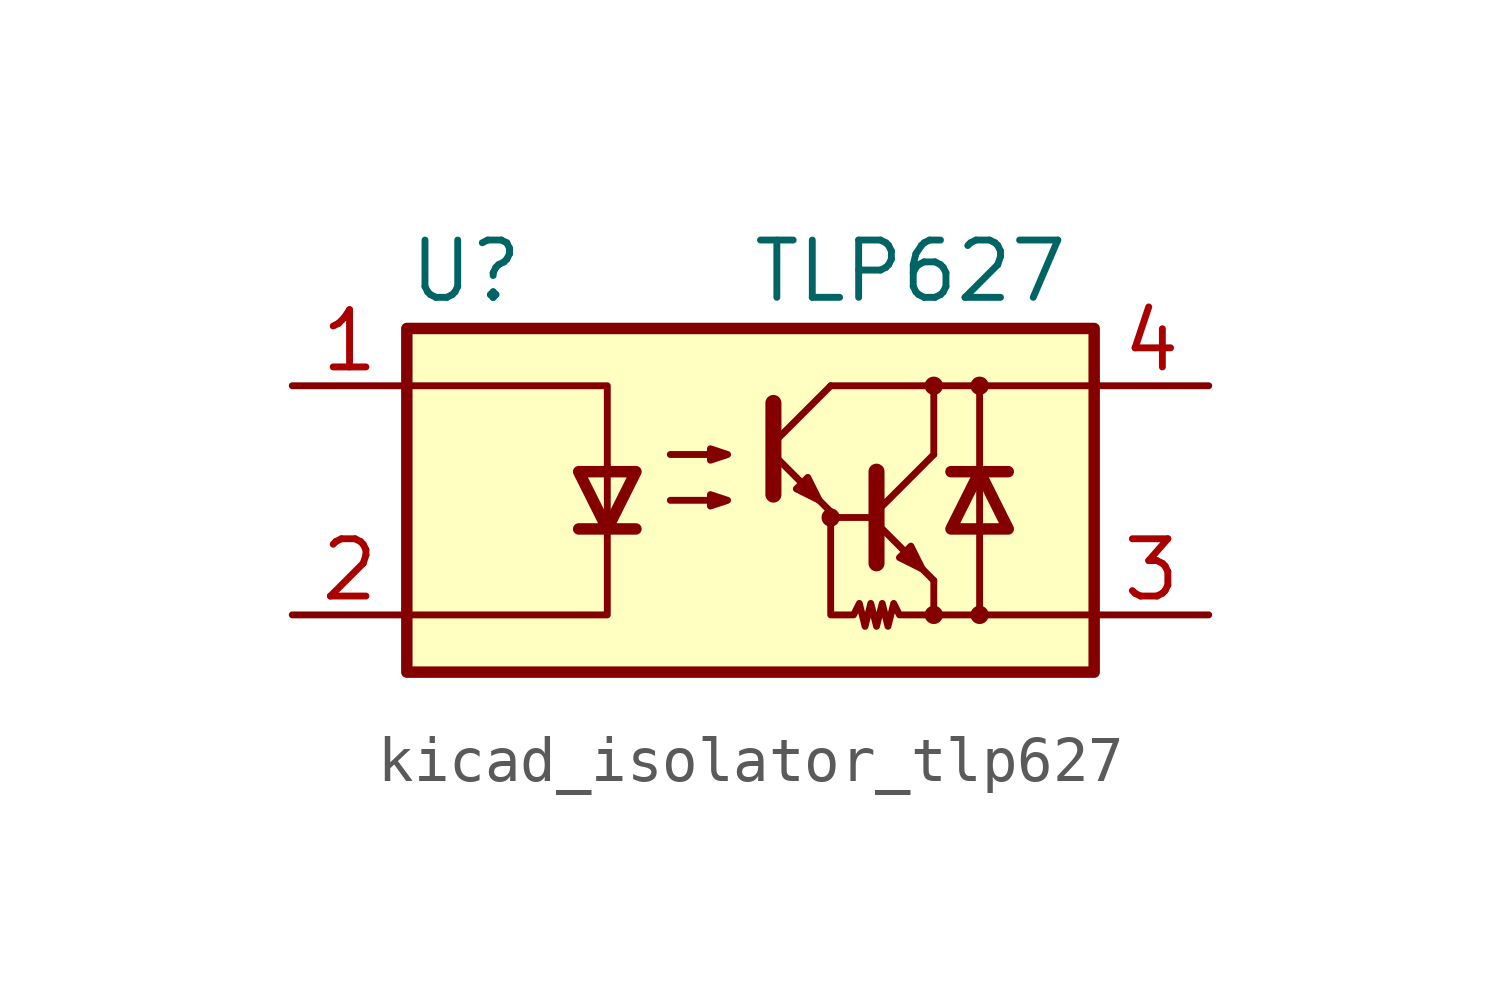
<source format=kicad_sym>
(kicad_symbol_lib
  (version 20220914)
  (generator kicad_symbol_editor)
  (symbol "kicad_isolator_tlp627"
    (pin_names
      (offset 1.016))
    (property "Reference" "U"
      (at -7.62 5.08 0)
      (effects (font (size 1.27 1.27)) (justify left)))
    (property "Value" "TLP627"
      (at 0 5.08 0)
      (effects (font (size 1.27 1.27)) (justify left)))
    (symbol "kicad_isolator_tlp627_0_1"
      (rectangle (start -7.62 3.81) (end 7.62 -3.81) (stroke (width 0.254) (type default)) (fill (type background)))
      (polyline (pts (xy -3.81 -0.635) (xy -2.54 -0.635)) (stroke (width 0.254) (type default)) (fill (type none)))
      (polyline (pts (xy 0.508 1.016) (xy 1.778 -0.254)) (stroke (width 0) (type default)) (fill (type none)))
      (polyline (pts (xy 0.508 1.27) (xy 1.778 2.54)) (stroke (width 0) (type default)) (fill (type none)))
      (polyline (pts (xy 0.508 2.159) (xy 0.508 0.127)) (stroke (width 0.356) (type default)) (fill (type none)))
      (polyline (pts (xy 1.778 2.54) (xy 7.62 2.54)) (stroke (width 0) (type default)) (fill (type none)))
      (polyline (pts (xy 2.794 -0.508) (xy 4.064 -1.778)) (stroke (width 0) (type default)) (fill (type none)))
      (polyline (pts (xy 2.794 -0.381) (xy 1.778 -0.381)) (stroke (width 0) (type default)) (fill (type none)))
      (polyline (pts (xy 2.794 -0.254) (xy 4.064 1.016)) (stroke (width 0) (type default)) (fill (type none)))
      (polyline (pts (xy 4.064 -2.54) (xy 7.62 -2.54)) (stroke (width 0) (type default)) (fill (type none)))
      (polyline (pts (xy 4.064 -1.778) (xy 4.064 -2.54)) (stroke (width 0) (type default)) (fill (type none)))
      (polyline (pts (xy 4.064 1.016) (xy 4.064 2.54)) (stroke (width 0) (type default)) (fill (type none)))
      (polyline (pts (xy 4.445 0.635) (xy 5.715 0.635)) (stroke (width 0.254) (type default)) (fill (type none)))
      (polyline (pts (xy 5.08 -0.635) (xy 5.08 -2.54)) (stroke (width 0) (type default)) (fill (type none)))
      (polyline (pts (xy 5.08 -0.635) (xy 5.08 2.54)) (stroke (width 0) (type default)) (fill (type none)))
      (polyline (pts (xy -7.62 2.54) (xy -3.175 2.54) (xy -3.175 0.635)) (stroke (width 0) (type default)) (fill (type none)))
      (polyline (pts (xy -3.175 0.762) (xy -3.175 -2.54) (xy -7.62 -2.54)) (stroke (width 0) (type default)) (fill (type none)))
      (polyline (pts (xy 2.794 0.635) (xy 2.794 -1.397) (xy 2.794 -1.397)) (stroke (width 0.356) (type default)) (fill (type none)))
      (polyline (pts (xy -3.175 -0.635) (xy -3.81 0.635) (xy -2.54 0.635) (xy -3.175 -0.635)) (stroke (width 0.254) (type default)) (fill (type none)))
      (polyline (pts (xy 1.524 0) (xy 1.27 0.508) (xy 1.016 0.254) (xy 1.524 0)) (stroke (width 0) (type default)) (fill (type none)))
      (polyline (pts (xy 3.81 -1.524) (xy 3.556 -1.016) (xy 3.302 -1.27) (xy 3.81 -1.524)) (stroke (width 0) (type default)) (fill (type none)))
      (polyline (pts (xy 5.08 0.635) (xy 4.445 -0.635) (xy 5.715 -0.635) (xy 5.08 0.635)) (stroke (width 0.254) (type default)) (fill (type none)))
      (polyline (pts (xy -1.778 0) (xy -0.508 0) (xy -0.889 -0.127) (xy -0.889 0.127) (xy -0.508 0)) (stroke (width 0) (type default)) (fill (type none)))
      (polyline (pts (xy -1.778 1.016) (xy -0.508 1.016) (xy -0.889 0.889) (xy -0.889 1.143) (xy -0.508 1.016)) (stroke (width 0) (type default)) (fill (type none)))
      (polyline (pts (xy 1.778 -0.254) (xy 1.778 -2.54) (xy 2.286 -2.54) (xy 2.413 -2.286) (xy 2.54 -2.794) (xy 2.667 -2.286) (xy 2.794 -2.794) (xy 2.921 -2.286) (xy 3.048 -2.794) (xy 3.175 -2.286) (xy 3.302 -2.54) (xy 4.064 -2.54)) (stroke (width 0) (type default)) (fill (type none)))
      (circle (center 1.778 -0.381) (radius 0.127) (stroke (width 0) (type default)) (fill (type none)))
      (circle (center 4.064 -2.54) (radius 0.127) (stroke (width 0) (type default)) (fill (type none)))
      (circle (center 4.064 2.54) (radius 0.127) (stroke (width 0) (type default)) (fill (type none)))
      (circle (center 5.08 -2.54) (radius 0.127) (stroke (width 0) (type default)) (fill (type none)))
      (circle (center 5.08 2.54) (radius 0.127) (stroke (width 0) (type default)) (fill (type none))))
    (symbol "kicad_isolator_tlp627_1_1"
      (pin passive line (at -10.16 2.54 0) (length 2.54) (name "~" (effects (font (size 1.27 1.27)))) (number "1" (effects (font (size 1.27 1.27)))))
      (pin passive line (at -10.16 -2.54 0) (length 2.54) (name "~" (effects (font (size 1.27 1.27)))) (number "2" (effects (font (size 1.27 1.27)))))
      (pin passive line (at 10.16 -2.54 180) (length 2.54) (name "~" (effects (font (size 1.27 1.27)))) (number "3" (effects (font (size 1.27 1.27)))))
      (pin passive line (at 10.16 2.54 180) (length 2.54) (name "~" (effects (font (size 1.27 1.27)))) (number "4" (effects (font (size 1.27 1.27))))))))
</source>
